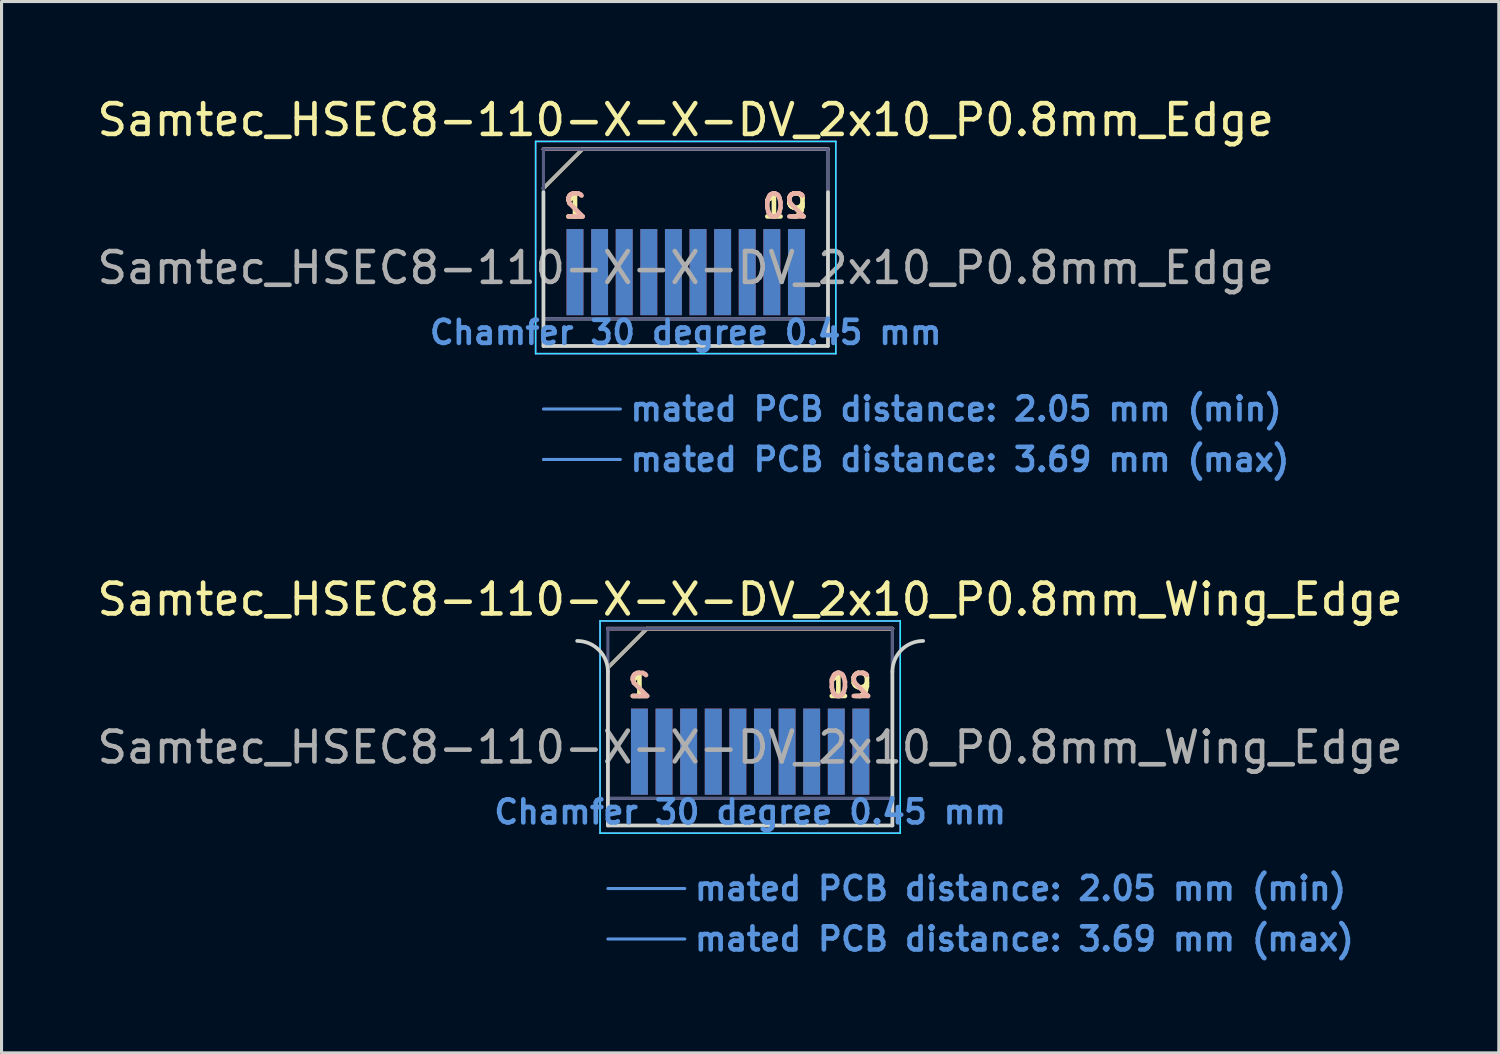
<source format=kicad_pcb>
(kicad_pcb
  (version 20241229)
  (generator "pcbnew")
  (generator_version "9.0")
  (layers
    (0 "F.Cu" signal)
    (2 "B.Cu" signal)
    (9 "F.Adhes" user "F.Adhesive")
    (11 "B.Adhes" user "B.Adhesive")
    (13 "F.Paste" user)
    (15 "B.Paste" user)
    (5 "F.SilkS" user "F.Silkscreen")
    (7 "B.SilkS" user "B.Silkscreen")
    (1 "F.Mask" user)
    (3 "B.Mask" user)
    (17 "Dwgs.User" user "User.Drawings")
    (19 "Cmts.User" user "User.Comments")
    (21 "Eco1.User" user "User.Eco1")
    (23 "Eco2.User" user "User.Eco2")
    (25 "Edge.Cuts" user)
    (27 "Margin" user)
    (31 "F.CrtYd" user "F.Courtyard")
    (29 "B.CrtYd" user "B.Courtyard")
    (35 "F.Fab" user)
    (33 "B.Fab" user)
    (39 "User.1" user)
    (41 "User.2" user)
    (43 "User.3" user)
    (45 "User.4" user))
  (footprint "Samtec_HSEC8-110-X-X-DV_2x10_P0.8mm_Wing_Edge"
    (layer "F.Cu")
    (at 21.339 23.788)
    (property "Reference" "Samtec_HSEC8-110-X-X-DV_2x10_P0.8mm_Wing_Edge" (at 0 -7.35 0) (layer "F.SilkS") (effects (font (size 1 1) (thickness 0.15))))
    (attr exclude_from_pos_files exclude_from_bom)
    (fp_line (start -4.625 -5.13) (end -3.355 -6.4) (stroke (width 0.12) (type solid)) (layer "F.SilkS"))
    (fp_line (start -3.355 -6.4) (end 4.625 -6.4) (stroke (width 0.12) (type solid)) (layer "F.SilkS"))
    (fp_line (start -4.625 -6.4) (end -4.625 -6.4) (stroke (width 0.12) (type solid)) (layer "B.SilkS"))
    (fp_line (start -4.625 -6.4) (end 4.625 -6.4) (stroke (width 0.12) (type solid)) (layer "B.SilkS"))
    (fp_line (start -4.625 2.05) (end -2.125 2.05) (stroke (width 0.1) (type solid)) (layer "Cmts.User"))
    (fp_line (start -4.625 3.69) (end -2.125 3.69) (stroke (width 0.1) (type solid)) (layer "Cmts.User"))
    (fp_line (start -4.625 -5) (end -4.625 0) (stroke (width 0.12) (type solid)) (layer "Edge.Cuts"))
    (fp_line (start -4.625 0) (end 4.625 0) (stroke (width 0.12) (type solid)) (layer "Edge.Cuts"))
    (fp_line (start 4.625 0) (end 4.625 -5) (stroke (width 0.12) (type solid)) (layer "Edge.Cuts"))
    (fp_arc (start -5.625 -6) (mid -4.917893 -5.707107) (end -4.625 -5) (stroke (width 0.12) (type solid)) (layer "Edge.Cuts"))
    (fp_arc (start 4.625 -5) (mid 4.917893 -5.707107) (end 5.625 -6) (stroke (width 0.12) (type solid)) (layer "Edge.Cuts"))
    (fp_line (start -4.88 -6.65) (end -4.88 0.25) (stroke (width 0.05) (type solid)) (layer "B.CrtYd"))
    (fp_line (start -4.88 0.25) (end 4.88 0.25) (stroke (width 0.05) (type solid)) (layer "B.CrtYd"))
    (fp_line (start 4.88 -6.65) (end -4.88 -6.65) (stroke (width 0.05) (type solid)) (layer "B.CrtYd"))
    (fp_line (start 4.88 0.25) (end 4.88 -6.65) (stroke (width 0.05) (type solid)) (layer "B.CrtYd"))
    (fp_line (start -4.88 -6.65) (end -4.88 0.25) (stroke (width 0.05) (type solid)) (layer "F.CrtYd"))
    (fp_line (start -4.88 0.25) (end 4.88 0.25) (stroke (width 0.05) (type solid)) (layer "F.CrtYd"))
    (fp_line (start 4.88 -6.65) (end -4.88 -6.65) (stroke (width 0.05) (type solid)) (layer "F.CrtYd"))
    (fp_line (start 4.88 0.25) (end 4.88 -6.65) (stroke (width 0.05) (type solid)) (layer "F.CrtYd"))
    (fp_line (start -4.625 -6.4) (end -4.625 -6.4) (stroke (width 0.1) (type solid)) (layer "B.Fab"))
    (fp_line (start -4.625 -6.4) (end -4.625 0) (stroke (width 0.1) (type solid)) (layer "B.Fab"))
    (fp_line (start -4.625 -6.4) (end 4.625 -6.4) (stroke (width 0.1) (type solid)) (layer "B.Fab"))
    (fp_line (start -4.625 -0.88) (end 4.625 -0.88) (stroke (width 0.1) (type solid)) (layer "B.Fab"))
    (fp_line (start -4.625 0) (end 4.625 0) (stroke (width 0.1) (type solid)) (layer "B.Fab"))
    (fp_line (start 4.625 -6.4) (end 4.625 0) (stroke (width 0.1) (type solid)) (layer "B.Fab"))
    (fp_line (start -4.625 -5.13) (end -4.625 0) (stroke (width 0.1) (type solid)) (layer "F.Fab"))
    (fp_line (start -4.625 -5.13) (end -3.355 -6.4) (stroke (width 0.1) (type solid)) (layer "F.Fab"))
    (fp_line (start -4.625 -0.88) (end 4.625 -0.88) (stroke (width 0.1) (type solid)) (layer "F.Fab"))
    (fp_line (start -4.625 0) (end 4.625 0) (stroke (width 0.1) (type solid)) (layer "F.Fab"))
    (fp_line (start -3.355 -6.4) (end 4.625 -6.4) (stroke (width 0.1) (type solid)) (layer "F.Fab"))
    (fp_line (start 4.625 -6.4) (end 4.625 0) (stroke (width 0.1) (type solid)) (layer "F.Fab"))
    (fp_text user "1" (at -3.6 -4.55 0) (layer "F.SilkS") (effects (font (size 0.75 0.75) (thickness 0.15))))
    (fp_text user "19" (at 3.225 -4.55 0) (layer "F.SilkS") (effects (font (size 0.75 0.75) (thickness 0.15))))
    (fp_text user "2" (at -3.6 -4.55 0) (layer "B.SilkS") (effects (font (size 0.75 0.75) (thickness 0.15)) (justify mirror)))
    (fp_text user "20" (at 3.225 -4.55 0) (layer "B.SilkS") (effects (font (size 0.75 0.75) (thickness 0.15)) (justify mirror)))
    (fp_text user "mated PCB distance: 3.69 mm (max)" (at -1.88 3.69 0) (layer "Cmts.User") (effects (font (size 0.75 0.75) (thickness 0.15)) (justify left)))
    (fp_text user "mated PCB distance: 2.05 mm (min)" (at -1.88 2.05 0) (layer "Cmts.User") (effects (font (size 0.75 0.75) (thickness 0.15)) (justify left)))
    (fp_text user "Chamfer 30 degree 0.45 mm" (at 0 -0.44 0) (layer "Cmts.User") (effects (font (size 0.75 0.75) (thickness 0.15))))
    (fp_text user "${REFERENCE}" (at 0 -2.54 0) (layer "F.Fab") (effects (font (size 1 1) (thickness 0.15))))
    (pad "1" connect rect (at -3.6 -2.4) (size 0.55 2.8) (layers "F.Cu" "F.Mask"))
    (pad "2" connect rect (at -3.6 -2.4) (size 0.55 2.8) (layers "B.Cu" "B.Mask"))
    (pad "3" connect rect (at -2.8 -2.4) (size 0.55 2.8) (layers "F.Cu" "F.Mask"))
    (pad "4" connect rect (at -2.8 -2.4) (size 0.55 2.8) (layers "B.Cu" "B.Mask"))
    (pad "5" connect rect (at -2 -2.4) (size 0.55 2.8) (layers "F.Cu" "F.Mask"))
    (pad "6" connect rect (at -2 -2.4) (size 0.55 2.8) (layers "B.Cu" "B.Mask"))
    (pad "7" connect rect (at -1.2 -2.4) (size 0.55 2.8) (layers "F.Cu" "F.Mask"))
    (pad "8" connect rect (at -1.2 -2.4) (size 0.55 2.8) (layers "B.Cu" "B.Mask"))
    (pad "9" connect rect (at -0.4 -2.4) (size 0.55 2.8) (layers "F.Cu" "F.Mask"))
    (pad "10" connect rect (at -0.4 -2.4) (size 0.55 2.8) (layers "B.Cu" "B.Mask"))
    (pad "11" connect rect (at 0.4 -2.4) (size 0.55 2.8) (layers "F.Cu" "F.Mask"))
    (pad "12" connect rect (at 0.4 -2.4) (size 0.55 2.8) (layers "B.Cu" "B.Mask"))
    (pad "13" connect rect (at 1.2 -2.4) (size 0.55 2.8) (layers "F.Cu" "F.Mask"))
    (pad "14" connect rect (at 1.2 -2.4) (size 0.55 2.8) (layers "B.Cu" "B.Mask"))
    (pad "15" connect rect (at 2 -2.4) (size 0.55 2.8) (layers "F.Cu" "F.Mask"))
    (pad "16" connect rect (at 2 -2.4) (size 0.55 2.8) (layers "B.Cu" "B.Mask"))
    (pad "17" connect rect (at 2.8 -2.4) (size 0.55 2.8) (layers "F.Cu" "F.Mask"))
    (pad "18" connect rect (at 2.8 -2.4) (size 0.55 2.8) (layers "B.Cu" "B.Mask"))
    (pad "19" connect rect (at 3.6 -2.4) (size 0.55 2.8) (layers "F.Cu" "F.Mask"))
    (pad "20" connect rect (at 3.6 -2.4) (size 0.55 2.8) (layers "B.Cu" "B.Mask")))
  (footprint "Samtec_HSEC8-110-X-X-DV_2x10_P0.8mm_Edge"
    (layer "F.Cu")
    (at 19.244 8.198)
    (property "Reference" "Samtec_HSEC8-110-X-X-DV_2x10_P0.8mm_Edge" (at 0 -7.35 0) (layer "F.SilkS") (effects (font (size 1 1) (thickness 0.15))))
    (attr exclude_from_pos_files exclude_from_bom)
    (fp_line (start -4.625 -5.13) (end -3.355 -6.4) (stroke (width 0.12) (type solid)) (layer "F.SilkS"))
    (fp_line (start -3.355 -6.4) (end 4.625 -6.4) (stroke (width 0.12) (type solid)) (layer "F.SilkS"))
    (fp_line (start -4.625 -6.4) (end -4.625 -6.4) (stroke (width 0.12) (type solid)) (layer "B.SilkS"))
    (fp_line (start -4.625 -6.4) (end 4.625 -6.4) (stroke (width 0.12) (type solid)) (layer "B.SilkS"))
    (fp_line (start -4.625 2.05) (end -2.125 2.05) (stroke (width 0.1) (type solid)) (layer "Cmts.User"))
    (fp_line (start -4.625 3.69) (end -2.125 3.69) (stroke (width 0.1) (type solid)) (layer "Cmts.User"))
    (fp_line (start -4.625 -5) (end -4.625 0) (stroke (width 0.12) (type solid)) (layer "Edge.Cuts"))
    (fp_line (start -4.625 0) (end 4.625 0) (stroke (width 0.12) (type solid)) (layer "Edge.Cuts"))
    (fp_line (start 4.625 0) (end 4.625 -5) (stroke (width 0.12) (type solid)) (layer "Edge.Cuts"))
    (fp_line (start -4.88 -6.65) (end -4.88 0.25) (stroke (width 0.05) (type solid)) (layer "B.CrtYd"))
    (fp_line (start -4.88 0.25) (end 4.88 0.25) (stroke (width 0.05) (type solid)) (layer "B.CrtYd"))
    (fp_line (start 4.88 -6.65) (end -4.88 -6.65) (stroke (width 0.05) (type solid)) (layer "B.CrtYd"))
    (fp_line (start 4.88 0.25) (end 4.88 -6.65) (stroke (width 0.05) (type solid)) (layer "B.CrtYd"))
    (fp_line (start -4.88 -6.65) (end -4.88 0.25) (stroke (width 0.05) (type solid)) (layer "F.CrtYd"))
    (fp_line (start -4.88 0.25) (end 4.88 0.25) (stroke (width 0.05) (type solid)) (layer "F.CrtYd"))
    (fp_line (start 4.88 -6.65) (end -4.88 -6.65) (stroke (width 0.05) (type solid)) (layer "F.CrtYd"))
    (fp_line (start 4.88 0.25) (end 4.88 -6.65) (stroke (width 0.05) (type solid)) (layer "F.CrtYd"))
    (fp_line (start -4.625 -6.4) (end -4.625 -6.4) (stroke (width 0.1) (type solid)) (layer "B.Fab"))
    (fp_line (start -4.625 -6.4) (end -4.625 0) (stroke (width 0.1) (type solid)) (layer "B.Fab"))
    (fp_line (start -4.625 -6.4) (end 4.625 -6.4) (stroke (width 0.1) (type solid)) (layer "B.Fab"))
    (fp_line (start -4.625 -0.88) (end 4.625 -0.88) (stroke (width 0.1) (type solid)) (layer "B.Fab"))
    (fp_line (start -4.625 0) (end 4.625 0) (stroke (width 0.1) (type solid)) (layer "B.Fab"))
    (fp_line (start 4.625 -6.4) (end 4.625 0) (stroke (width 0.1) (type solid)) (layer "B.Fab"))
    (fp_line (start -4.625 -5.13) (end -4.625 0) (stroke (width 0.1) (type solid)) (layer "F.Fab"))
    (fp_line (start -4.625 -5.13) (end -3.355 -6.4) (stroke (width 0.1) (type solid)) (layer "F.Fab"))
    (fp_line (start -4.625 -0.88) (end 4.625 -0.88) (stroke (width 0.1) (type solid)) (layer "F.Fab"))
    (fp_line (start -4.625 0) (end 4.625 0) (stroke (width 0.1) (type solid)) (layer "F.Fab"))
    (fp_line (start -3.355 -6.4) (end 4.625 -6.4) (stroke (width 0.1) (type solid)) (layer "F.Fab"))
    (fp_line (start 4.625 -6.4) (end 4.625 0) (stroke (width 0.1) (type solid)) (layer "F.Fab"))
    (fp_text user "1" (at -3.6 -4.55 0) (layer "F.SilkS") (effects (font (size 0.75 0.75) (thickness 0.15))))
    (fp_text user "19" (at 3.225 -4.55 0) (layer "F.SilkS") (effects (font (size 0.75 0.75) (thickness 0.15))))
    (fp_text user "2" (at -3.6 -4.55 0) (layer "B.SilkS") (effects (font (size 0.75 0.75) (thickness 0.15)) (justify mirror)))
    (fp_text user "20" (at 3.225 -4.55 0) (layer "B.SilkS") (effects (font (size 0.75 0.75) (thickness 0.15)) (justify mirror)))
    (fp_text user "Chamfer 30 degree 0.45 mm" (at 0 -0.44 0) (layer "Cmts.User") (effects (font (size 0.75 0.75) (thickness 0.15))))
    (fp_text user "mated PCB distance: 3.69 mm (max)" (at -1.88 3.69 0) (layer "Cmts.User") (effects (font (size 0.75 0.75) (thickness 0.15)) (justify left)))
    (fp_text user "mated PCB distance: 2.05 mm (min)" (at -1.88 2.05 0) (layer "Cmts.User") (effects (font (size 0.75 0.75) (thickness 0.15)) (justify left)))
    (fp_text user "${REFERENCE}" (at 0 -2.54 0) (layer "F.Fab") (effects (font (size 1 1) (thickness 0.15))))
    (pad "1" connect rect (at -3.6 -2.4) (size 0.55 2.8) (layers "F.Cu" "F.Mask"))
    (pad "2" connect rect (at -3.6 -2.4) (size 0.55 2.8) (layers "B.Cu" "B.Mask"))
    (pad "3" connect rect (at -2.8 -2.4) (size 0.55 2.8) (layers "F.Cu" "F.Mask"))
    (pad "4" connect rect (at -2.8 -2.4) (size 0.55 2.8) (layers "B.Cu" "B.Mask"))
    (pad "5" connect rect (at -2 -2.4) (size 0.55 2.8) (layers "F.Cu" "F.Mask"))
    (pad "6" connect rect (at -2 -2.4) (size 0.55 2.8) (layers "B.Cu" "B.Mask"))
    (pad "7" connect rect (at -1.2 -2.4) (size 0.55 2.8) (layers "F.Cu" "F.Mask"))
    (pad "8" connect rect (at -1.2 -2.4) (size 0.55 2.8) (layers "B.Cu" "B.Mask"))
    (pad "9" connect rect (at -0.4 -2.4) (size 0.55 2.8) (layers "F.Cu" "F.Mask"))
    (pad "10" connect rect (at -0.4 -2.4) (size 0.55 2.8) (layers "B.Cu" "B.Mask"))
    (pad "11" connect rect (at 0.4 -2.4) (size 0.55 2.8) (layers "F.Cu" "F.Mask"))
    (pad "12" connect rect (at 0.4 -2.4) (size 0.55 2.8) (layers "B.Cu" "B.Mask"))
    (pad "13" connect rect (at 1.2 -2.4) (size 0.55 2.8) (layers "F.Cu" "F.Mask"))
    (pad "14" connect rect (at 1.2 -2.4) (size 0.55 2.8) (layers "B.Cu" "B.Mask"))
    (pad "15" connect rect (at 2 -2.4) (size 0.55 2.8) (layers "F.Cu" "F.Mask"))
    (pad "16" connect rect (at 2 -2.4) (size 0.55 2.8) (layers "B.Cu" "B.Mask"))
    (pad "17" connect rect (at 2.8 -2.4) (size 0.55 2.8) (layers "F.Cu" "F.Mask"))
    (pad "18" connect rect (at 2.8 -2.4) (size 0.55 2.8) (layers "B.Cu" "B.Mask"))
    (pad "19" connect rect (at 3.6 -2.4) (size 0.55 2.8) (layers "F.Cu" "F.Mask"))
    (pad "20" connect rect (at 3.6 -2.4) (size 0.55 2.8) (layers "B.Cu" "B.Mask")))
  (gr_rect
    (start -3 -3)
    (end 45.679 31.18)
    (stroke (width 0.1) (type default))
    (fill no)
    (layer "Edge.Cuts")))
</source>
